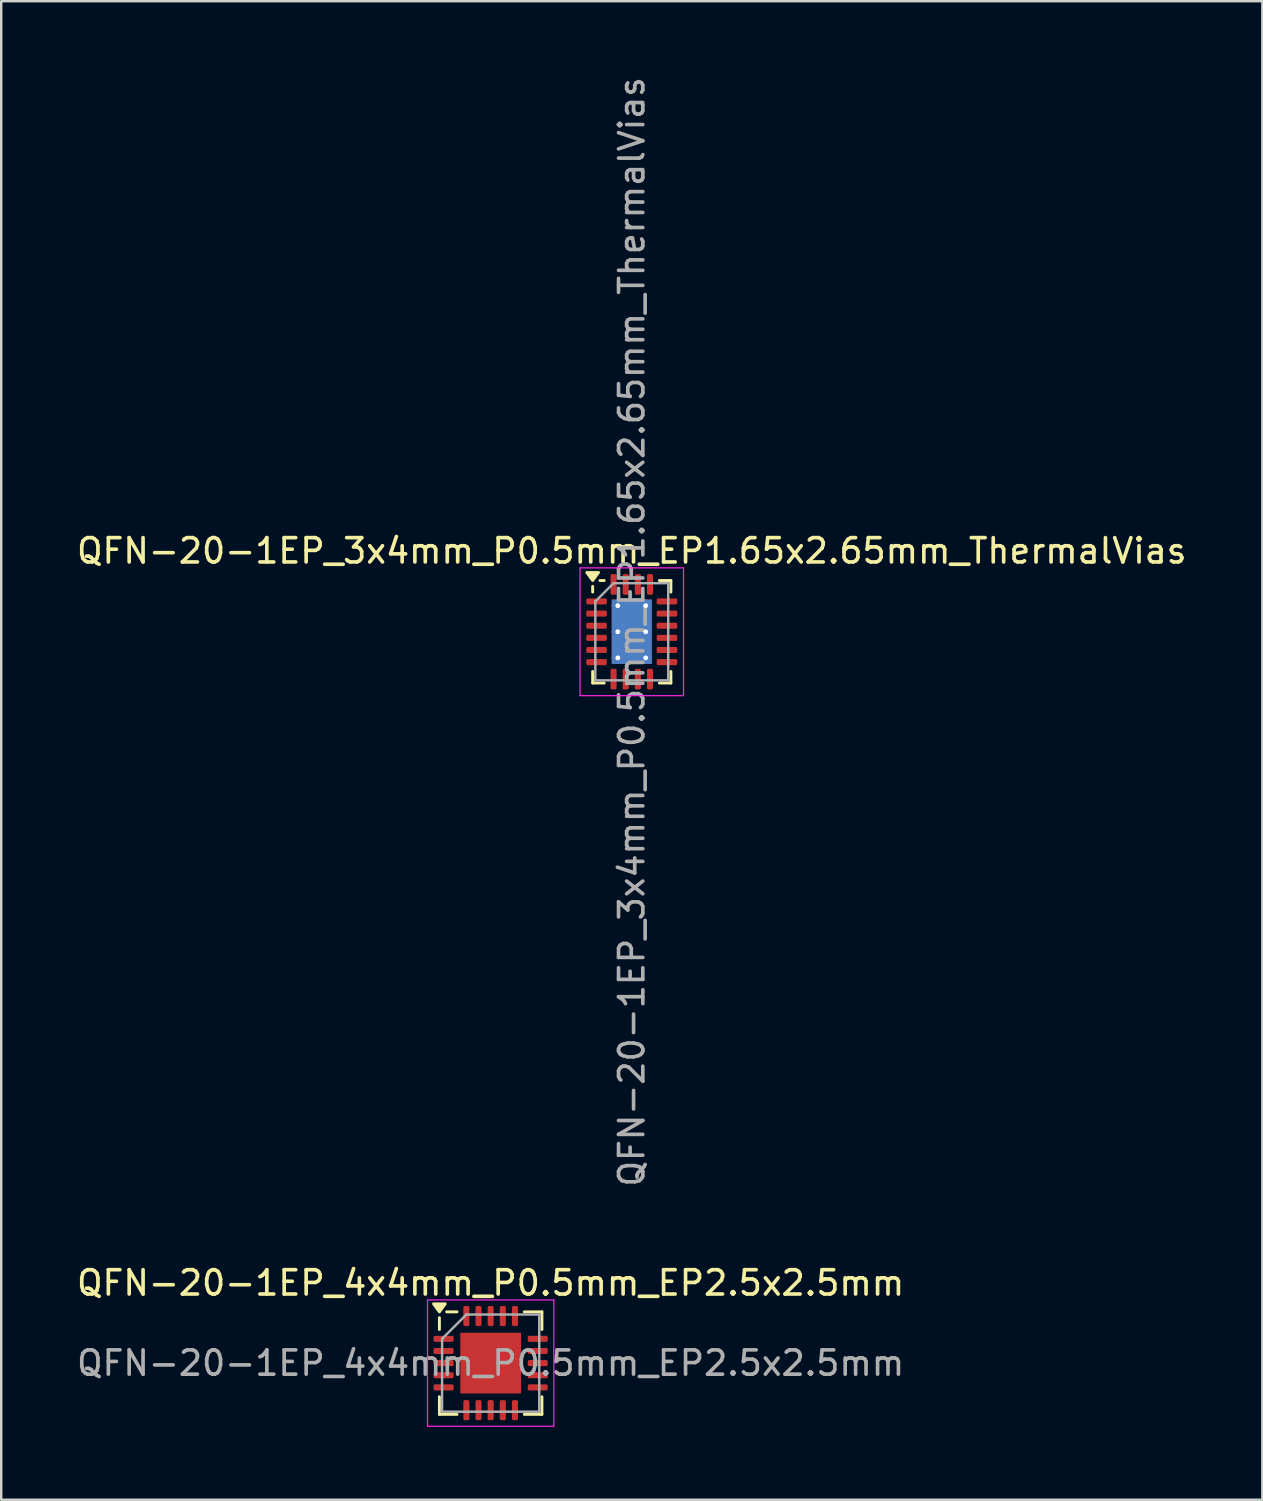
<source format=kicad_pcb>
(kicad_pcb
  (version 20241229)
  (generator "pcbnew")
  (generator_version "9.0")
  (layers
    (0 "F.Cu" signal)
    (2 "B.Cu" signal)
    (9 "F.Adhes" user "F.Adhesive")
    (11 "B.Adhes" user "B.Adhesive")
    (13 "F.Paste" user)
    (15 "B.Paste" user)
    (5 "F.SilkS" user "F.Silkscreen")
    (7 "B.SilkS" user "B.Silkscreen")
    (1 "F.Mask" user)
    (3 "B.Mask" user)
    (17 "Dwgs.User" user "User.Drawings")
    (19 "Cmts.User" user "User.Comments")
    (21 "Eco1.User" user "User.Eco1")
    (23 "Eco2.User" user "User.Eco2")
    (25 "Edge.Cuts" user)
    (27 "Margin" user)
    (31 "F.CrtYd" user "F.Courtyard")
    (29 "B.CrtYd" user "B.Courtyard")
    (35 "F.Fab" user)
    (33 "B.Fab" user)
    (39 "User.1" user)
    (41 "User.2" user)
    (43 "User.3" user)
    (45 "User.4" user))
  (footprint "QFN-20-1EP_4x4mm_P0.5mm_EP2.5x2.5mm"
    (layer "F.Cu")
    (at 17.149 53.065)
    (property "Reference" "QFN-20-1EP_4x4mm_P0.5mm_EP2.5x2.5mm" (at 0 -3.3 0) (layer "F.SilkS") (effects (font (size 1 1) (thickness 0.15))))
    (attr smd)
    (fp_line (start -2.11 -1.385) (end -2.11 -1.87) (stroke (width 0.12) (type solid)) (layer "F.SilkS"))
    (fp_line (start -2.11 2.11) (end -2.11 1.385) (stroke (width 0.12) (type solid)) (layer "F.SilkS"))
    (fp_line (start -1.385 -2.11) (end -1.81 -2.11) (stroke (width 0.12) (type solid)) (layer "F.SilkS"))
    (fp_line (start -1.385 2.11) (end -2.11 2.11) (stroke (width 0.12) (type solid)) (layer "F.SilkS"))
    (fp_line (start 1.385 -2.11) (end 2.11 -2.11) (stroke (width 0.12) (type solid)) (layer "F.SilkS"))
    (fp_line (start 1.385 2.11) (end 2.11 2.11) (stroke (width 0.12) (type solid)) (layer "F.SilkS"))
    (fp_line (start 2.11 -2.11) (end 2.11 -1.385) (stroke (width 0.12) (type solid)) (layer "F.SilkS"))
    (fp_line (start 2.11 2.11) (end 2.11 1.385) (stroke (width 0.12) (type solid)) (layer "F.SilkS"))
    (fp_poly (pts (xy -2.11 -2.11) (xy -2.35 -2.44) (xy -1.87 -2.44) (xy -2.11 -2.11)) (stroke (width 0.12) (type solid)) (fill yes) (layer "F.SilkS"))
    (fp_line (start -2.6 -2.6) (end -2.6 2.6) (stroke (width 0.05) (type solid)) (layer "F.CrtYd"))
    (fp_line (start -2.6 2.6) (end 2.6 2.6) (stroke (width 0.05) (type solid)) (layer "F.CrtYd"))
    (fp_line (start 2.6 -2.6) (end -2.6 -2.6) (stroke (width 0.05) (type solid)) (layer "F.CrtYd"))
    (fp_line (start 2.6 2.6) (end 2.6 -2.6) (stroke (width 0.05) (type solid)) (layer "F.CrtYd"))
    (fp_line (start -2 -1) (end -1 -2) (stroke (width 0.1) (type solid)) (layer "F.Fab"))
    (fp_line (start -2 2) (end -2 -1) (stroke (width 0.1) (type solid)) (layer "F.Fab"))
    (fp_line (start -1 -2) (end 2 -2) (stroke (width 0.1) (type solid)) (layer "F.Fab"))
    (fp_line (start 2 -2) (end 2 2) (stroke (width 0.1) (type solid)) (layer "F.Fab"))
    (fp_line (start 2 2) (end -2 2) (stroke (width 0.1) (type solid)) (layer "F.Fab"))
    (fp_text user "${REFERENCE}" (at 0 0 0) (layer "F.Fab") (effects (font (size 1 1) (thickness 0.15))))
    (pad "" smd roundrect (at -0.625 -0.625) (size 1.01 1.01) (layers "F.Paste") (roundrect_rratio 0.248))
    (pad "" smd roundrect (at -0.625 0.625) (size 1.01 1.01) (layers "F.Paste") (roundrect_rratio 0.248))
    (pad "" smd roundrect (at 0.625 -0.625) (size 1.01 1.01) (layers "F.Paste") (roundrect_rratio 0.248))
    (pad "" smd roundrect (at 0.625 0.625) (size 1.01 1.01) (layers "F.Paste") (roundrect_rratio 0.248))
    (pad "1" smd roundrect (at -1.938 -1) (size 0.825 0.25) (layers "F.Cu" "F.Mask" "F.Paste") (roundrect_rratio 0.25))
    (pad "2" smd roundrect (at -1.938 -0.5) (size 0.825 0.25) (layers "F.Cu" "F.Mask" "F.Paste") (roundrect_rratio 0.25))
    (pad "3" smd roundrect (at -1.938 0) (size 0.825 0.25) (layers "F.Cu" "F.Mask" "F.Paste") (roundrect_rratio 0.25))
    (pad "4" smd roundrect (at -1.938 0.5) (size 0.825 0.25) (layers "F.Cu" "F.Mask" "F.Paste") (roundrect_rratio 0.25))
    (pad "5" smd roundrect (at -1.938 1) (size 0.825 0.25) (layers "F.Cu" "F.Mask" "F.Paste") (roundrect_rratio 0.25))
    (pad "6" smd roundrect (at -1 1.938) (size 0.25 0.825) (layers "F.Cu" "F.Mask" "F.Paste") (roundrect_rratio 0.25))
    (pad "7" smd roundrect (at -0.5 1.938) (size 0.25 0.825) (layers "F.Cu" "F.Mask" "F.Paste") (roundrect_rratio 0.25))
    (pad "8" smd roundrect (at 0 1.938) (size 0.25 0.825) (layers "F.Cu" "F.Mask" "F.Paste") (roundrect_rratio 0.25))
    (pad "9" smd roundrect (at 0.5 1.938) (size 0.25 0.825) (layers "F.Cu" "F.Mask" "F.Paste") (roundrect_rratio 0.25))
    (pad "10" smd roundrect (at 1 1.938) (size 0.25 0.825) (layers "F.Cu" "F.Mask" "F.Paste") (roundrect_rratio 0.25))
    (pad "11" smd roundrect (at 1.938 1) (size 0.825 0.25) (layers "F.Cu" "F.Mask" "F.Paste") (roundrect_rratio 0.25))
    (pad "12" smd roundrect (at 1.938 0.5) (size 0.825 0.25) (layers "F.Cu" "F.Mask" "F.Paste") (roundrect_rratio 0.25))
    (pad "13" smd roundrect (at 1.938 0) (size 0.825 0.25) (layers "F.Cu" "F.Mask" "F.Paste") (roundrect_rratio 0.25))
    (pad "14" smd roundrect (at 1.938 -0.5) (size 0.825 0.25) (layers "F.Cu" "F.Mask" "F.Paste") (roundrect_rratio 0.25))
    (pad "15" smd roundrect (at 1.938 -1) (size 0.825 0.25) (layers "F.Cu" "F.Mask" "F.Paste") (roundrect_rratio 0.25))
    (pad "16" smd roundrect (at 1 -1.938) (size 0.25 0.825) (layers "F.Cu" "F.Mask" "F.Paste") (roundrect_rratio 0.25))
    (pad "17" smd roundrect (at 0.5 -1.938) (size 0.25 0.825) (layers "F.Cu" "F.Mask" "F.Paste") (roundrect_rratio 0.25))
    (pad "18" smd roundrect (at 0 -1.938) (size 0.25 0.825) (layers "F.Cu" "F.Mask" "F.Paste") (roundrect_rratio 0.25))
    (pad "19" smd roundrect (at -0.5 -1.938) (size 0.25 0.825) (layers "F.Cu" "F.Mask" "F.Paste") (roundrect_rratio 0.25))
    (pad "20" smd roundrect (at -1 -1.938) (size 0.25 0.825) (layers "F.Cu" "F.Mask" "F.Paste") (roundrect_rratio 0.25))
    (pad "21" smd rect (at 0 0) (size 2.5 2.5) (property pad_prop_heatsink) (layers "F.Cu" "F.Mask")))
  (footprint "QFN-20-1EP_3x4mm_P0.5mm_EP1.65x2.65mm_ThermalVias"
    (layer "F.Cu")
    (at 22.958 22.958)
    (property "Reference" "QFN-20-1EP_3x4mm_P0.5mm_EP1.65x2.65mm_ThermalVias" (at 0 -3.33 0) (layer "F.SilkS") (effects (font (size 1 1) (thickness 0.15))))
    (attr smd)
    (fp_line (start -1.61 -1.635) (end -1.61 -1.87) (stroke (width 0.12) (type solid)) (layer "F.SilkS"))
    (fp_line (start -1.61 2.11) (end -1.61 1.635) (stroke (width 0.12) (type solid)) (layer "F.SilkS"))
    (fp_line (start -1.135 -2.11) (end -1.31 -2.11) (stroke (width 0.12) (type solid)) (layer "F.SilkS"))
    (fp_line (start -1.135 2.11) (end -1.61 2.11) (stroke (width 0.12) (type solid)) (layer "F.SilkS"))
    (fp_line (start 1.135 -2.11) (end 1.61 -2.11) (stroke (width 0.12) (type solid)) (layer "F.SilkS"))
    (fp_line (start 1.135 2.11) (end 1.61 2.11) (stroke (width 0.12) (type solid)) (layer "F.SilkS"))
    (fp_line (start 1.61 -2.11) (end 1.61 -1.635) (stroke (width 0.12) (type solid)) (layer "F.SilkS"))
    (fp_line (start 1.61 2.11) (end 1.61 1.635) (stroke (width 0.12) (type solid)) (layer "F.SilkS"))
    (fp_poly (pts (xy -1.61 -2.11) (xy -1.85 -2.44) (xy -1.37 -2.44) (xy -1.61 -2.11)) (stroke (width 0.12) (type solid)) (fill yes) (layer "F.SilkS"))
    (fp_line (start -2.13 -2.63) (end -2.13 2.63) (stroke (width 0.05) (type solid)) (layer "F.CrtYd"))
    (fp_line (start -2.13 2.63) (end 2.13 2.63) (stroke (width 0.05) (type solid)) (layer "F.CrtYd"))
    (fp_line (start 2.13 -2.63) (end -2.13 -2.63) (stroke (width 0.05) (type solid)) (layer "F.CrtYd"))
    (fp_line (start 2.13 2.63) (end 2.13 -2.63) (stroke (width 0.05) (type solid)) (layer "F.CrtYd"))
    (fp_line (start -1.5 -1.25) (end -0.75 -2) (stroke (width 0.1) (type solid)) (layer "F.Fab"))
    (fp_line (start -1.5 2) (end -1.5 -1.25) (stroke (width 0.1) (type solid)) (layer "F.Fab"))
    (fp_line (start -0.75 -2) (end 1.5 -2) (stroke (width 0.1) (type solid)) (layer "F.Fab"))
    (fp_line (start 1.5 -2) (end 1.5 2) (stroke (width 0.1) (type solid)) (layer "F.Fab"))
    (fp_line (start 1.5 2) (end -1.5 2) (stroke (width 0.1) (type solid)) (layer "F.Fab"))
    (fp_text user "${REFERENCE}" (at 0 0 90) (layer "F.Fab") (effects (font (size 1 1) (thickness 0.15))))
    (pad "" smd roundrect (at -0.41 -0.66) (size 0.71 1.15) (layers "F.Paste") (roundrect_rratio 0.25))
    (pad "" smd roundrect (at -0.41 0.66) (size 0.71 1.15) (layers "F.Paste") (roundrect_rratio 0.25))
    (pad "" smd roundrect (at 0.41 -0.66) (size 0.71 1.15) (layers "F.Paste") (roundrect_rratio 0.25))
    (pad "" smd roundrect (at 0.41 0.66) (size 0.71 1.15) (layers "F.Paste") (roundrect_rratio 0.25))
    (pad "1" smd roundrect (at -1.45 -1.25) (size 0.85 0.25) (layers "F.Cu" "F.Mask" "F.Paste") (roundrect_rratio 0.25))
    (pad "2" smd roundrect (at -1.45 -0.75) (size 0.85 0.25) (layers "F.Cu" "F.Mask" "F.Paste") (roundrect_rratio 0.25))
    (pad "3" smd roundrect (at -1.45 -0.25) (size 0.85 0.25) (layers "F.Cu" "F.Mask" "F.Paste") (roundrect_rratio 0.25))
    (pad "4" smd roundrect (at -1.45 0.25) (size 0.85 0.25) (layers "F.Cu" "F.Mask" "F.Paste") (roundrect_rratio 0.25))
    (pad "5" smd roundrect (at -1.45 0.75) (size 0.85 0.25) (layers "F.Cu" "F.Mask" "F.Paste") (roundrect_rratio 0.25))
    (pad "6" smd roundrect (at -1.45 1.25) (size 0.85 0.25) (layers "F.Cu" "F.Mask" "F.Paste") (roundrect_rratio 0.25))
    (pad "7" smd roundrect (at -0.75 1.95) (size 0.25 0.85) (layers "F.Cu" "F.Mask" "F.Paste") (roundrect_rratio 0.25))
    (pad "8" smd roundrect (at -0.25 1.95) (size 0.25 0.85) (layers "F.Cu" "F.Mask" "F.Paste") (roundrect_rratio 0.25))
    (pad "9" smd roundrect (at 0.25 1.95) (size 0.25 0.85) (layers "F.Cu" "F.Mask" "F.Paste") (roundrect_rratio 0.25))
    (pad "10" smd roundrect (at 0.75 1.95) (size 0.25 0.85) (layers "F.Cu" "F.Mask" "F.Paste") (roundrect_rratio 0.25))
    (pad "11" smd roundrect (at 1.45 1.25) (size 0.85 0.25) (layers "F.Cu" "F.Mask" "F.Paste") (roundrect_rratio 0.25))
    (pad "12" smd roundrect (at 1.45 0.75) (size 0.85 0.25) (layers "F.Cu" "F.Mask" "F.Paste") (roundrect_rratio 0.25))
    (pad "13" smd roundrect (at 1.45 0.25) (size 0.85 0.25) (layers "F.Cu" "F.Mask" "F.Paste") (roundrect_rratio 0.25))
    (pad "14" smd roundrect (at 1.45 -0.25) (size 0.85 0.25) (layers "F.Cu" "F.Mask" "F.Paste") (roundrect_rratio 0.25))
    (pad "15" smd roundrect (at 1.45 -0.75) (size 0.85 0.25) (layers "F.Cu" "F.Mask" "F.Paste") (roundrect_rratio 0.25))
    (pad "16" smd roundrect (at 1.45 -1.25) (size 0.85 0.25) (layers "F.Cu" "F.Mask" "F.Paste") (roundrect_rratio 0.25))
    (pad "17" smd roundrect (at 0.75 -1.95) (size 0.25 0.85) (layers "F.Cu" "F.Mask" "F.Paste") (roundrect_rratio 0.25))
    (pad "18" smd roundrect (at 0.25 -1.95) (size 0.25 0.85) (layers "F.Cu" "F.Mask" "F.Paste") (roundrect_rratio 0.25))
    (pad "19" smd roundrect (at -0.25 -1.95) (size 0.25 0.85) (layers "F.Cu" "F.Mask" "F.Paste") (roundrect_rratio 0.25))
    (pad "20" smd roundrect (at -0.75 -1.95) (size 0.25 0.85) (layers "F.Cu" "F.Mask" "F.Paste") (roundrect_rratio 0.25))
    (pad "21" thru_hole circle (at -0.575 -1.075) (size 0.5 0.5) (drill 0.2) (property pad_prop_heatsink) (layers "*.Cu"))
    (pad "21" thru_hole circle (at -0.575 0) (size 0.5 0.5) (drill 0.2) (property pad_prop_heatsink) (layers "*.Cu"))
    (pad "21" thru_hole circle (at -0.575 1.075) (size 0.5 0.5) (drill 0.2) (property pad_prop_heatsink) (layers "*.Cu"))
    (pad "21" smd rect (at 0 0) (size 1.65 2.65) (property pad_prop_heatsink) (layers "F.Cu" "F.Mask"))
    (pad "21" smd rect (at 0 0) (size 1.65 2.65) (property pad_prop_heatsink) (layers "B.Cu"))
    (pad "21" thru_hole circle (at 0.575 -1.075) (size 0.5 0.5) (drill 0.2) (property pad_prop_heatsink) (layers "*.Cu"))
    (pad "21" thru_hole circle (at 0.575 0) (size 0.5 0.5) (drill 0.2) (property pad_prop_heatsink) (layers "*.Cu"))
    (pad "21" thru_hole circle (at 0.575 1.075) (size 0.5 0.5) (drill 0.2) (property pad_prop_heatsink) (layers "*.Cu")))
  (gr_rect
    (start -3 -3)
    (end 48.917 58.69)
    (stroke (width 0.1) (type default))
    (fill no)
    (layer "Edge.Cuts")))
</source>
